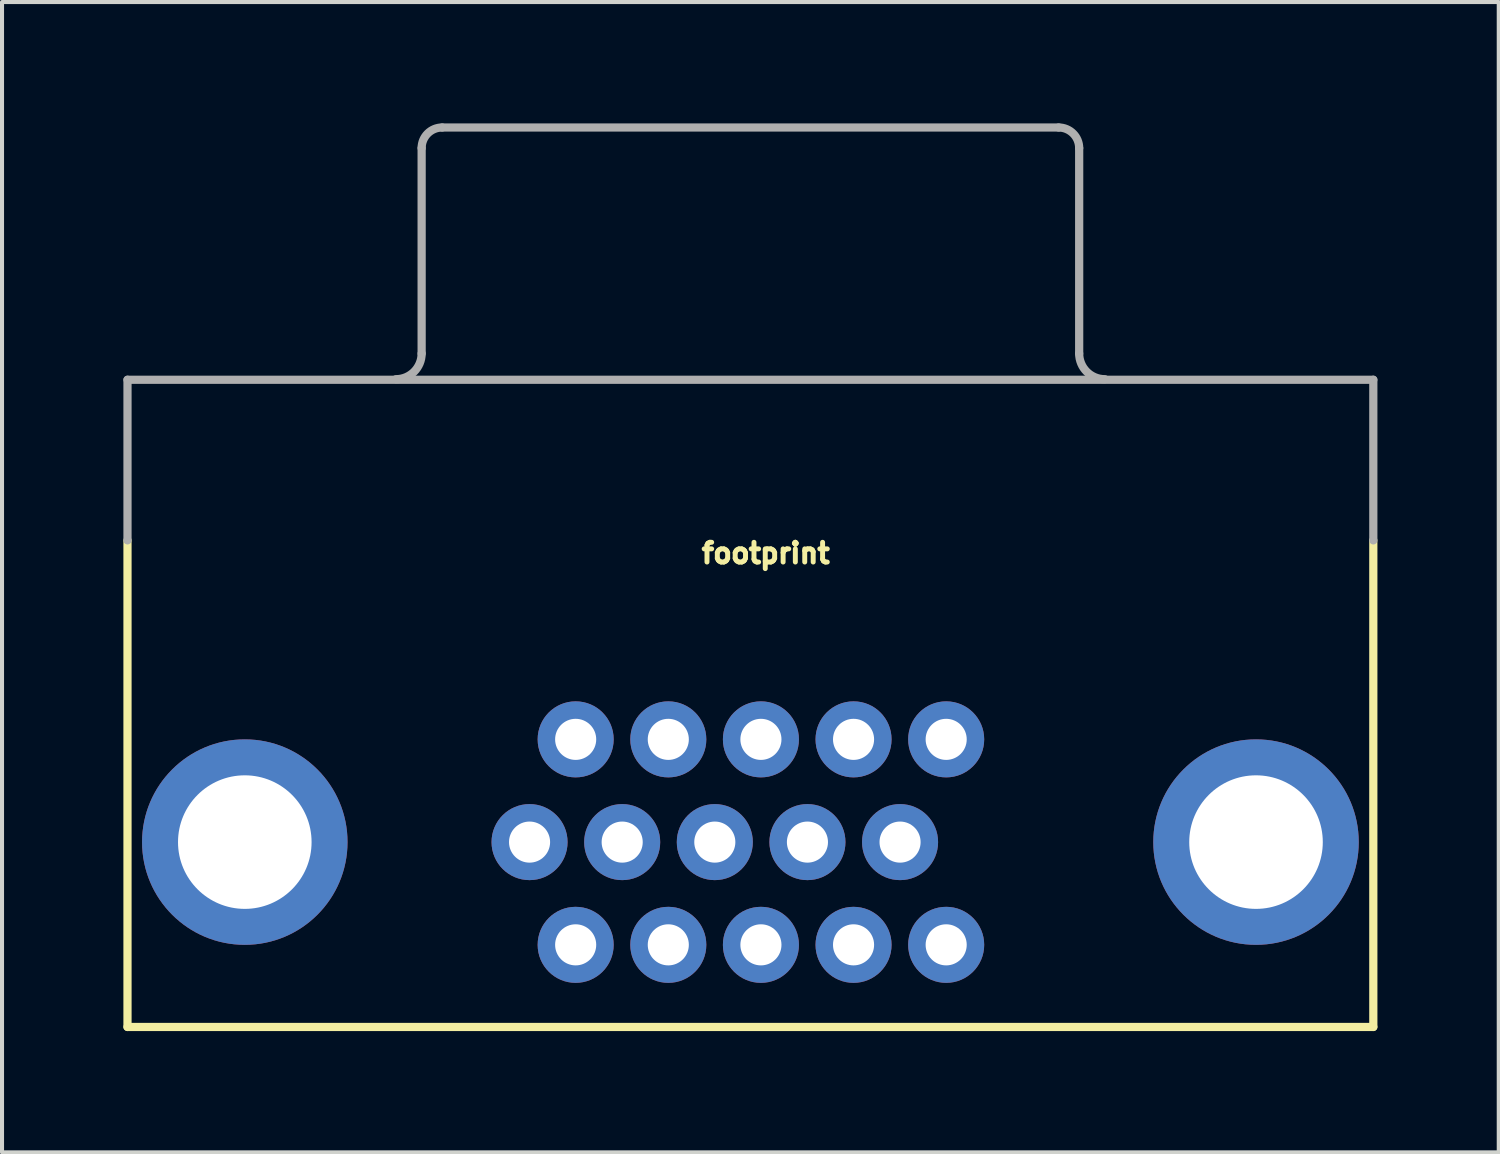
<source format=kicad_pcb>
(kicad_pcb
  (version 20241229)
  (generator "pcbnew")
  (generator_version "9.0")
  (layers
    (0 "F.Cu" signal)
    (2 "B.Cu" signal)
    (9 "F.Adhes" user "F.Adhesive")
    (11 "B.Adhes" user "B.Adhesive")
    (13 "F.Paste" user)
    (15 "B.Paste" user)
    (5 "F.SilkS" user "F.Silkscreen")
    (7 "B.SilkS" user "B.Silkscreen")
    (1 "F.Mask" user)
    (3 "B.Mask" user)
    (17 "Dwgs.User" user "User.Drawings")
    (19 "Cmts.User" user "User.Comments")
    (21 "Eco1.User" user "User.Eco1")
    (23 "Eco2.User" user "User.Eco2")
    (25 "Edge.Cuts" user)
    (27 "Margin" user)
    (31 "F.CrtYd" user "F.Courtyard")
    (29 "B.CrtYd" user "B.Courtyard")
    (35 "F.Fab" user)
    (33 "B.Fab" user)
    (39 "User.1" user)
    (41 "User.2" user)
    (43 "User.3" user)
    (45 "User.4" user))
  (footprint "footprint"
    (layer "F.Cu")
    (at 15.502 12.689)
    (property "Reference" "footprint" (at -1.27 -1.778 0) (layer "F.SilkS") (effects (font (size 0.488 0.488) (thickness 0.122)) (justify left bottom)))
    (fp_line (start -15.4 9.65) (end -15.4 -2.38) (stroke (width 0.203) (type solid)) (layer "F.SilkS"))
    (fp_line (start -15.4 9.65) (end 15.4 9.65) (stroke (width 0.203) (type solid)) (layer "F.SilkS"))
    (fp_line (start 15.4 9.65) (end 15.4 -2.38) (stroke (width 0.203) (type solid)) (layer "F.SilkS"))
    (fp_line (start -15.4 -6.35) (end 15.4 -6.35) (stroke (width 0.203) (type solid)) (layer "F.Fab"))
    (fp_line (start -15.4 -2.38) (end -15.4 -6.35) (stroke (width 0.203) (type solid)) (layer "F.Fab"))
    (fp_line (start -8.128 -6.999) (end -8.128 -12.079) (stroke (width 0.203) (type solid)) (layer "F.Fab"))
    (fp_line (start -7.62 -12.587) (end 7.62 -12.587) (stroke (width 0.203) (type solid)) (layer "F.Fab"))
    (fp_line (start 8.128 -6.999) (end 8.128 -12.079) (stroke (width 0.203) (type solid)) (layer "F.Fab"))
    (fp_line (start 15.4 -2.38) (end 15.4 -6.35) (stroke (width 0.203) (type solid)) (layer "F.Fab"))
    (fp_arc (start -8.128 -12.079) (mid -7.97921 -12.43821) (end -7.62 -12.587) (stroke (width 0.2032) (type solid)) (layer "F.Fab"))
    (fp_arc (start -8.128 -6.999) (mid -8.313987 -6.549987) (end -8.763 -6.364) (stroke (width 0.2032) (type solid)) (layer "F.Fab"))
    (fp_arc (start 7.62 -12.587) (mid 7.97921 -12.43821) (end 8.128 -12.079) (stroke (width 0.2032) (type solid)) (layer "F.Fab"))
    (fp_arc (start 8.763 -6.364) (mid 8.313987 -6.549987) (end 8.128 -6.999) (stroke (width 0.2032) (type solid)) (layer "F.Fab"))
    (pad "1" thru_hole circle (at -4.32 7.62) (size 1.88 1.88) (drill 1.016) (layers "*.Cu" "*.Mask"))
    (pad "2" thru_hole circle (at -2.03 7.62) (size 1.88 1.88) (drill 1.016) (layers "*.Cu" "*.Mask"))
    (pad "3" thru_hole circle (at 0.26 7.62) (size 1.88 1.88) (drill 1.016) (layers "*.Cu" "*.Mask"))
    (pad "4" thru_hole circle (at 2.55 7.62) (size 1.88 1.88) (drill 1.016) (layers "*.Cu" "*.Mask"))
    (pad "5" thru_hole circle (at 4.84 7.62) (size 1.88 1.88) (drill 1.016) (layers "*.Cu" "*.Mask"))
    (pad "6" thru_hole circle (at -5.46 5.08) (size 1.88 1.88) (drill 1.016) (layers "*.Cu" "*.Mask"))
    (pad "7" thru_hole circle (at -3.17 5.08) (size 1.88 1.88) (drill 1.016) (layers "*.Cu" "*.Mask"))
    (pad "8" thru_hole circle (at -0.88 5.08) (size 1.88 1.88) (drill 1.016) (layers "*.Cu" "*.Mask"))
    (pad "9" thru_hole circle (at 1.41 5.08) (size 1.88 1.88) (drill 1.016) (layers "*.Cu" "*.Mask"))
    (pad "10" thru_hole circle (at 3.7 5.08) (size 1.88 1.88) (drill 1.016) (layers "*.Cu" "*.Mask"))
    (pad "11" thru_hole circle (at -4.32 2.54) (size 1.88 1.88) (drill 1.016) (layers "*.Cu" "*.Mask"))
    (pad "12" thru_hole circle (at -2.03 2.54) (size 1.88 1.88) (drill 1.016) (layers "*.Cu" "*.Mask"))
    (pad "13" thru_hole circle (at 0.26 2.54) (size 1.88 1.88) (drill 1.016) (layers "*.Cu" "*.Mask"))
    (pad "14" thru_hole circle (at 2.55 2.54) (size 1.88 1.88) (drill 1.016) (layers "*.Cu" "*.Mask"))
    (pad "15" thru_hole circle (at 4.84 2.54) (size 1.88 1.88) (drill 1.016) (layers "*.Cu" "*.Mask"))
    (pad "G1" thru_hole circle (at -12.5 5.08) (size 5.08 5.08) (drill 3.302) (layers "*.Cu" "*.Mask"))
    (pad "G2" thru_hole circle (at 12.5 5.08) (size 5.08 5.08) (drill 3.302) (layers "*.Cu" "*.Mask")))
  (gr_rect
    (start -3 -3)
    (end 34.003 25.44)
    (stroke (width 0.1) (type default))
    (fill no)
    (layer "Edge.Cuts")))
</source>
